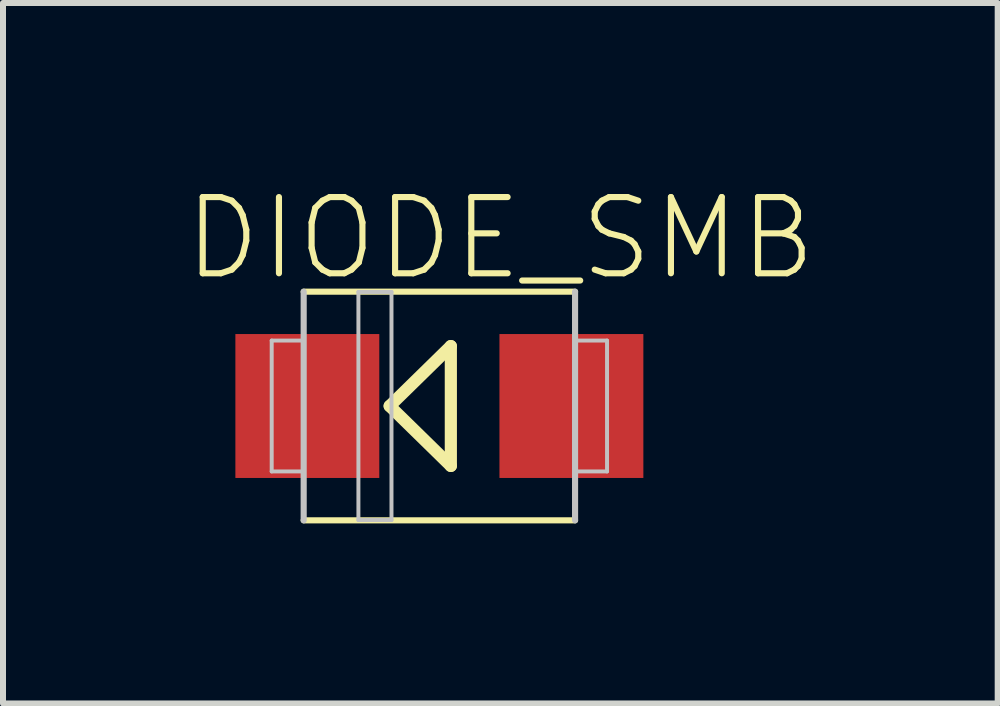
<source format=kicad_pcb>
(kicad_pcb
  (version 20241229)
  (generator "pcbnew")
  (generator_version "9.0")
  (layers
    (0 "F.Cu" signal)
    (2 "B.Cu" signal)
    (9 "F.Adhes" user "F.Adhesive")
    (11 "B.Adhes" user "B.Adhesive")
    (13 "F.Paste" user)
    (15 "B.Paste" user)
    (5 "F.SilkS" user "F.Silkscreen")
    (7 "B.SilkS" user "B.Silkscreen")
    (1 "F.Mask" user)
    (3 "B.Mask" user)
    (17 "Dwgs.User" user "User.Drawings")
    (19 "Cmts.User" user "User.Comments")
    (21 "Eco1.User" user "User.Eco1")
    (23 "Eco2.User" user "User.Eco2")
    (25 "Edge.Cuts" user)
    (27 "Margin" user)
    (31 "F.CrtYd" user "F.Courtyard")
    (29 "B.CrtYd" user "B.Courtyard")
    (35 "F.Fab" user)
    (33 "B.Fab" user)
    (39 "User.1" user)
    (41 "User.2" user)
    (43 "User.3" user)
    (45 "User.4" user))
  (footprint "DIODE_SMB"
    (layer "F.Cu")
    (at 4.271 3.715)
    (property "Reference" "DIODE_SMB" (at 1.016 -2.794 0) (layer "F.SilkS") (effects (font (size 1.27 1.27) (thickness 0.102))))
    (attr smd)
    (fp_line (start -2.261 -1.905) (end 2.261 -1.905) (stroke (width 0.102) (type solid)) (layer "F.SilkS"))
    (fp_line (start -2.261 1.905) (end 2.261 1.905) (stroke (width 0.102) (type solid)) (layer "F.SilkS"))
    (fp_line (start -0.828 0) (end 0.191 0.998) (stroke (width 0.203) (type solid)) (layer "F.SilkS"))
    (fp_line (start 0.191 -0.998) (end -0.828 0) (stroke (width 0.203) (type solid)) (layer "F.SilkS"))
    (fp_line (start 0.191 0.998) (end 0.191 -0.998) (stroke (width 0.203) (type solid)) (layer "F.SilkS"))
    (fp_line (start -2.794 -1.09) (end -2.261 -1.09) (stroke (width 0.066) (type solid)) (layer "Dwgs.User"))
    (fp_line (start -2.794 1.09) (end -2.794 -1.09) (stroke (width 0.066) (type solid)) (layer "Dwgs.User"))
    (fp_line (start -2.794 1.09) (end -2.261 1.09) (stroke (width 0.066) (type solid)) (layer "Dwgs.User"))
    (fp_line (start -2.261 1.09) (end -2.261 -1.09) (stroke (width 0.066) (type solid)) (layer "Dwgs.User"))
    (fp_line (start -2.261 1.905) (end -2.261 -1.905) (stroke (width 0.102) (type solid)) (layer "Dwgs.User"))
    (fp_line (start -1.349 -1.9) (end -0.798 -1.9) (stroke (width 0.066) (type solid)) (layer "Dwgs.User"))
    (fp_line (start -1.349 1.9) (end -1.349 -1.9) (stroke (width 0.066) (type solid)) (layer "Dwgs.User"))
    (fp_line (start -1.349 1.9) (end -0.798 1.9) (stroke (width 0.066) (type solid)) (layer "Dwgs.User"))
    (fp_line (start -0.798 1.9) (end -0.798 -1.9) (stroke (width 0.066) (type solid)) (layer "Dwgs.User"))
    (fp_line (start 2.261 -1.09) (end 2.794 -1.09) (stroke (width 0.066) (type solid)) (layer "Dwgs.User"))
    (fp_line (start 2.261 1.09) (end 2.261 -1.09) (stroke (width 0.066) (type solid)) (layer "Dwgs.User"))
    (fp_line (start 2.261 1.09) (end 2.794 1.09) (stroke (width 0.066) (type solid)) (layer "Dwgs.User"))
    (fp_line (start 2.261 1.905) (end 2.261 -1.905) (stroke (width 0.102) (type solid)) (layer "Dwgs.User"))
    (fp_line (start 2.794 1.09) (end 2.794 -1.09) (stroke (width 0.066) (type solid)) (layer "Dwgs.User"))
    (pad "A" smd rect (at 2.2 0) (size 2.398 2.398) (layers "F.Cu" "F.Mask" "F.Paste"))
    (pad "C" smd rect (at -2.2 0) (size 2.398 2.398) (layers "F.Cu" "F.Mask" "F.Paste")))
  (gr_rect
    (start -3 -3)
    (end 13.574 8.671)
    (stroke (width 0.1) (type default))
    (fill no)
    (layer "Edge.Cuts")))
</source>
